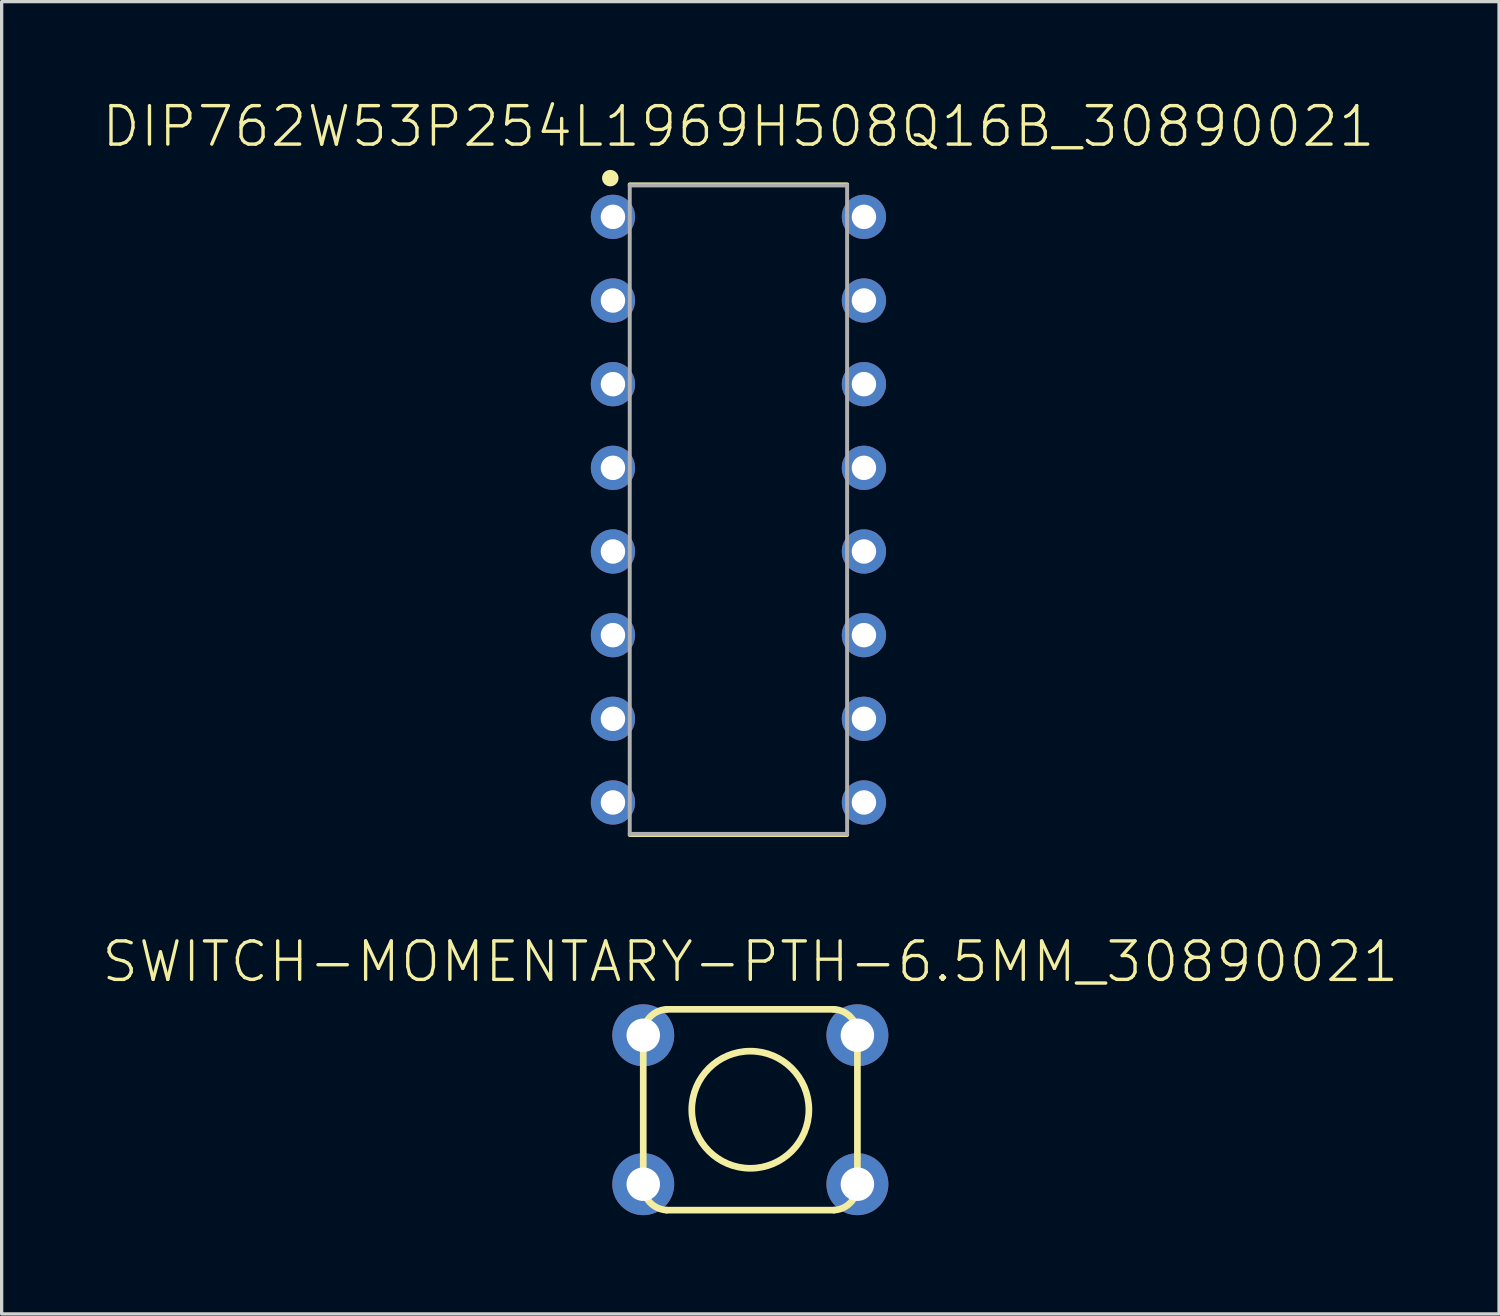
<source format=kicad_pcb>
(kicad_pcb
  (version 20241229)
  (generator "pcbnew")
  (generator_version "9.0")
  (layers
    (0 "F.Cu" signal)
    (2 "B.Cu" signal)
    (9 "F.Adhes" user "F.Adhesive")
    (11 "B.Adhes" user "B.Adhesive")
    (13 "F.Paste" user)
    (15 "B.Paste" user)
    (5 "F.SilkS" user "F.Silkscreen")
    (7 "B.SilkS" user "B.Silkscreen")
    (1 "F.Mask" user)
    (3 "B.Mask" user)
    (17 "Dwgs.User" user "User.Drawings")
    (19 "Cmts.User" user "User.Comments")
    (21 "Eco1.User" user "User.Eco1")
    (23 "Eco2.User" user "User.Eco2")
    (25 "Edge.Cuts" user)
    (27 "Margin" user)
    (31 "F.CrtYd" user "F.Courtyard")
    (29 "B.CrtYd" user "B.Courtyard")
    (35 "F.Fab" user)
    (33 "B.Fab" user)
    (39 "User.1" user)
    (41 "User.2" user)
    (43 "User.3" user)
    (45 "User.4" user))
  (footprint "SWITCH-MOMENTARY-PTH-6.5MM_30890021"
    (layer "F.Cu")
    (at 19.731 30.643)
    (property "Reference" "SWITCH-MOMENTARY-PTH-6.5MM_30890021" (at 0 -3.81 0) (unlocked yes) (layer "F.SilkS") (effects (font (size 1.168 1.168) (thickness 0.102)) (justify bottom)))
    (fp_line (start -3.251 2.261) (end -3.251 -2.261) (stroke (width 0.203) (type solid)) (layer "F.SilkS"))
    (fp_line (start -2.54 -3.048) (end 2.54 -3.048) (stroke (width 0.203) (type solid)) (layer "F.SilkS"))
    (fp_line (start 2.54 3.048) (end -2.54 3.048) (stroke (width 0.203) (type solid)) (layer "F.SilkS"))
    (fp_line (start 3.251 -2.261) (end 3.251 2.261) (stroke (width 0.203) (type solid)) (layer "F.SilkS"))
    (fp_arc (start -3.2512 -2.2606) (mid -3.058676 -2.801594) (end -2.54 -3.048) (stroke (width 0.2032) (type solid)) (layer "F.SilkS"))
    (fp_arc (start -2.54 3.048) (mid -3.058676 2.801594) (end -3.2512 2.2606) (stroke (width 0.2032) (type solid)) (layer "F.SilkS"))
    (fp_arc (start 2.54 -3.048) (mid 3.058676 -2.801594) (end 3.2512 -2.2606) (stroke (width 0.2032) (type solid)) (layer "F.SilkS"))
    (fp_arc (start 3.2512 2.2606) (mid 3.058676 2.801594) (end 2.54 3.048) (stroke (width 0.2032) (type solid)) (layer "F.SilkS"))
    (fp_circle (center 0 0) (end 1.778 0) (stroke (width 0.203) (type solid)) (fill no) (layer "F.SilkS"))
    (pad "1" thru_hole circle (at -3.251 -2.261) (size 1.88 1.88) (drill 1.016) (layers "*.Cu" "*.Mask"))
    (pad "2" thru_hole circle (at 3.251 -2.261) (size 1.88 1.88) (drill 1.016) (layers "*.Cu" "*.Mask"))
    (pad "3" thru_hole circle (at -3.251 2.261) (size 1.88 1.88) (drill 1.016) (layers "*.Cu" "*.Mask"))
    (pad "4" thru_hole circle (at 3.251 2.261) (size 1.88 1.88) (drill 1.016) (layers "*.Cu" "*.Mask")))
  (footprint "DIP762W53P254L1969H508Q16B_30890021"
    (layer "F.Cu")
    (at 19.37 12.424)
    (property "Reference" "DIP762W53P254L1969H508Q16B_30890021" (at 0 -10.951 0) (unlocked yes) (layer "F.SilkS") (effects (font (size 1.168 1.168) (thickness 0.102)) (justify bottom)))
    (fp_line (start -3.3 -9.876) (end 3.3 -9.876) (stroke (width 0.12) (type solid)) (layer "F.SilkS"))
    (fp_line (start -3.3 9.876) (end 3.3 9.876) (stroke (width 0.12) (type solid)) (layer "F.SilkS"))
    (fp_circle (center -3.891 -10.066) (end -3.766 -10.066) (stroke (width 0.25) (type solid)) (fill yes) (layer "F.SilkS"))
    (fp_line (start -3.3 -9.845) (end 3.3 -9.845) (stroke (width 0.12) (type solid)) (layer "F.Fab"))
    (fp_line (start -3.3 9.845) (end -3.3 -9.845) (stroke (width 0.12) (type solid)) (layer "F.Fab"))
    (fp_line (start 3.3 -9.845) (end 3.3 9.845) (stroke (width 0.12) (type solid)) (layer "F.Fab"))
    (fp_line (start 3.3 9.845) (end -3.3 9.845) (stroke (width 0.12) (type solid)) (layer "F.Fab"))
    (pad "1" thru_hole circle (at -3.81 -8.89) (size 1.343 1.343) (drill 0.743) (layers "*.Cu" "*.Mask"))
    (pad "2" thru_hole circle (at -3.81 -6.35) (size 1.343 1.343) (drill 0.743) (layers "*.Cu" "*.Mask"))
    (pad "3" thru_hole circle (at -3.81 -3.81) (size 1.343 1.343) (drill 0.743) (layers "*.Cu" "*.Mask"))
    (pad "4" thru_hole circle (at -3.81 -1.27) (size 1.343 1.343) (drill 0.743) (layers "*.Cu" "*.Mask"))
    (pad "5" thru_hole circle (at -3.81 1.27) (size 1.343 1.343) (drill 0.743) (layers "*.Cu" "*.Mask"))
    (pad "6" thru_hole circle (at -3.81 3.81) (size 1.343 1.343) (drill 0.743) (layers "*.Cu" "*.Mask"))
    (pad "7" thru_hole circle (at -3.81 6.35) (size 1.343 1.343) (drill 0.743) (layers "*.Cu" "*.Mask"))
    (pad "8" thru_hole circle (at -3.81 8.89) (size 1.343 1.343) (drill 0.743) (layers "*.Cu" "*.Mask"))
    (pad "9" thru_hole circle (at 3.81 8.89) (size 1.343 1.343) (drill 0.743) (layers "*.Cu" "*.Mask"))
    (pad "10" thru_hole circle (at 3.81 6.35) (size 1.343 1.343) (drill 0.743) (layers "*.Cu" "*.Mask"))
    (pad "11" thru_hole circle (at 3.81 3.81) (size 1.343 1.343) (drill 0.743) (layers "*.Cu" "*.Mask"))
    (pad "12" thru_hole circle (at 3.81 1.27) (size 1.343 1.343) (drill 0.743) (layers "*.Cu" "*.Mask"))
    (pad "13" thru_hole circle (at 3.81 -1.27) (size 1.343 1.343) (drill 0.743) (layers "*.Cu" "*.Mask"))
    (pad "14" thru_hole circle (at 3.81 -3.81) (size 1.343 1.343) (drill 0.743) (layers "*.Cu" "*.Mask"))
    (pad "15" thru_hole circle (at 3.81 -6.35) (size 1.343 1.343) (drill 0.743) (layers "*.Cu" "*.Mask"))
    (pad "16" thru_hole circle (at 3.81 -8.89) (size 1.343 1.343) (drill 0.743) (layers "*.Cu" "*.Mask")))
  (gr_rect
    (start -3 -3)
    (end 42.463 36.843)
    (stroke (width 0.1) (type default))
    (fill no)
    (layer "Edge.Cuts")))
</source>
